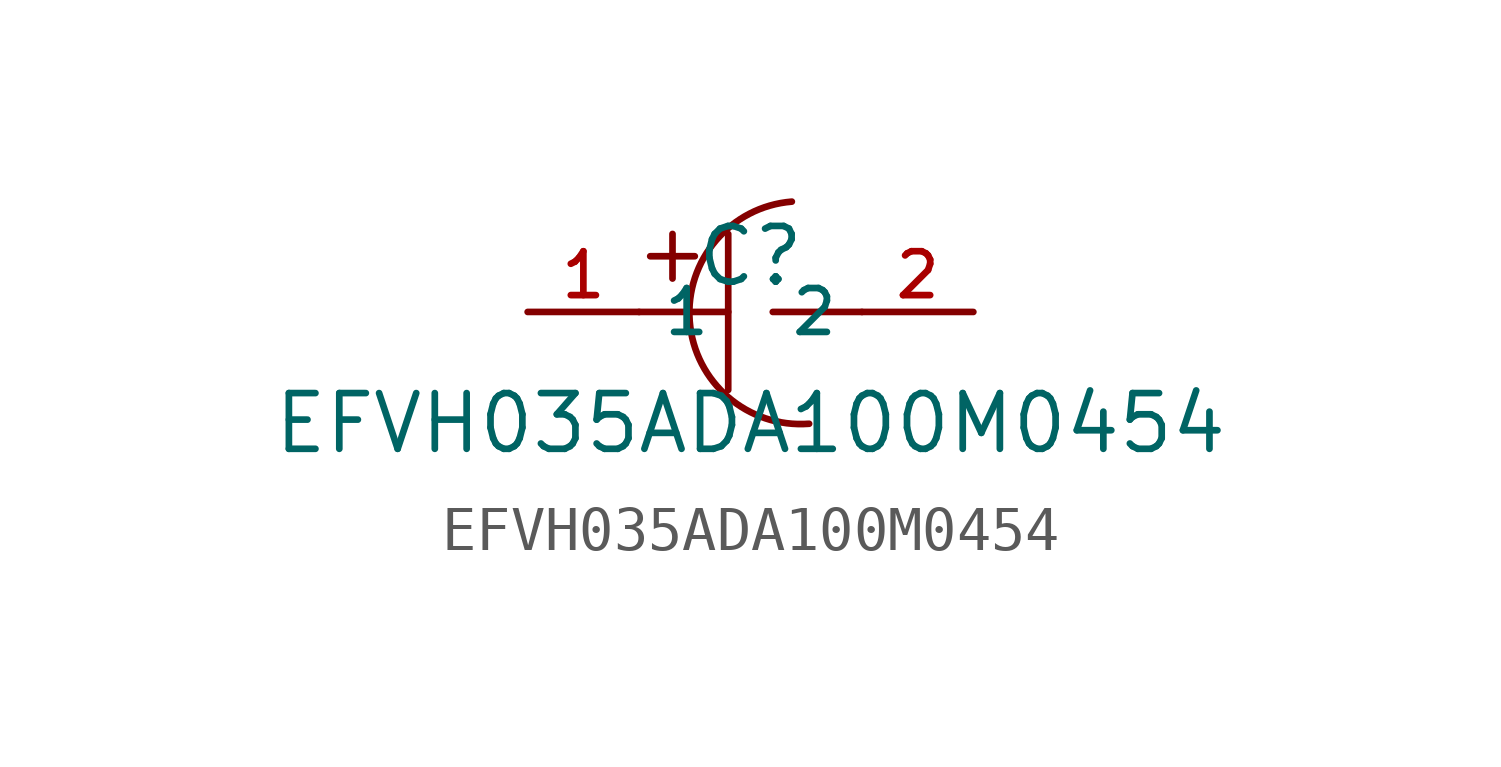
<source format=kicad_sym>
(kicad_symbol_lib
  (version 20210201)
  (generator TousstNicolas/JLC2KiCad_lib)
  (symbol "EFVH035ADA100M0454"
    (property "Reference" "C"
      (at 0 1.27 0)
      (effects (font (size 1.27 1.27))))
    (property "Value" "EFVH035ADA100M0454"
      (at 0 -2.54 0)
      (effects (font (size 1.27 1.27))))
    (symbol "EFVH035ADA100M0454_0_1"
      (polyline (pts (xy -0.508 1.778) (xy -0.508 -1.778)) (stroke (width 0) (type default) (color 0 0 0 0)) (fill (type none)))
      (pin input line (at -5.08 -0.0 0) (length 2.54) (name "1" (effects (font (size 1 1)))) (number "1" (effects (font (size 1 1)))))
      (pin input line (at 5.08 -0.0 180) (length 2.54) (name "2" (effects (font (size 1 1)))) (number "2" (effects (font (size 1 1)))))
      (polyline (pts (xy -2.54 -0.0) (xy -0.508 -0.0)) (stroke (width 0) (type default) (color 0 0 0 0)) (fill (type none)))
      (polyline (pts (xy 0.508 -0.0) (xy 2.54 -0.0)) (stroke (width 0) (type default) (color 0 0 0 0)) (fill (type none)))
      (arc (start 1.336076669933015 -2.5488732196922568) (mid -1.393170600892016 -0.2133945408688318) (end 0.942308016927978 2.515852782158215) (stroke (width 0) (type default) (color 0 0 0 0)) (fill (type none)))
      (polyline (pts (xy -2.286 1.27) (xy -1.27 1.27)) (stroke (width 0) (type default) (color 0 0 0 0)) (fill (type none)))
      (polyline (pts (xy -1.778 1.778) (xy -1.778 0.762)) (stroke (width 0) (type default) (color 0 0 0 0)) (fill (type none))))))
</source>
